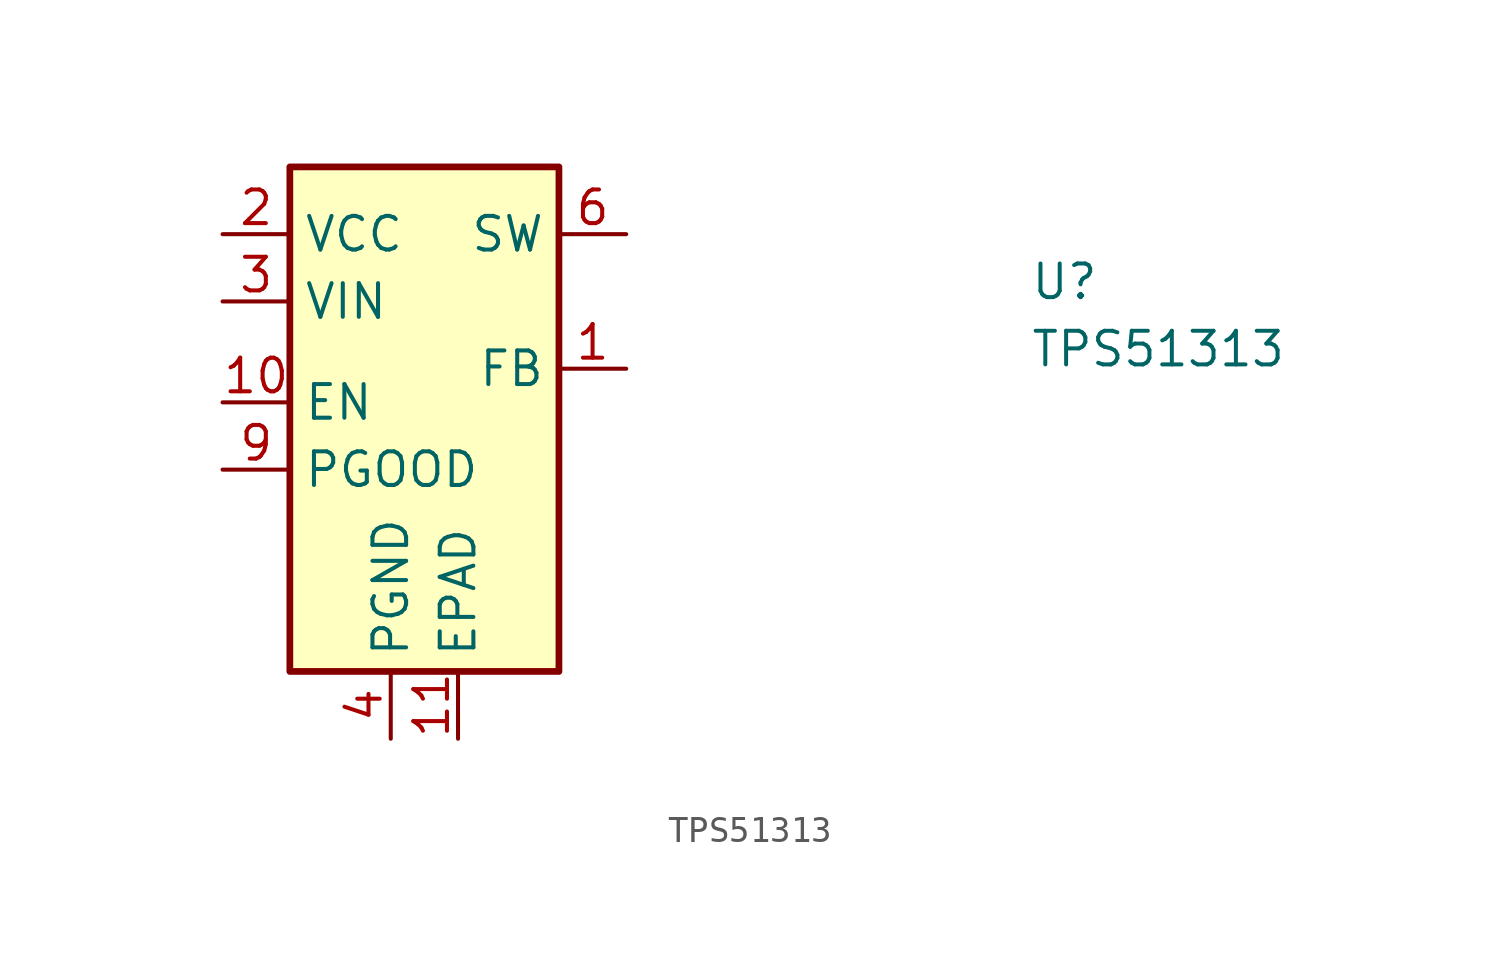
<source format=kicad_sym>
(kicad_symbol_lib
  (version 20211014)
  (generator kicad_symbol_editor)
  (symbol "TPS51313"
    (property "Reference" "U"
      (at 30.48 -2.54 0)
      (effects (font (size 1.27 1.27) (thickness 0.15)) (justify left bottom)))
    (property "Value" "TPS51313"
      (at 30.48 -5.08 0)
      (effects (font (size 1.27 1.27) (thickness 0.15)) (justify left bottom)))
    (symbol "TPS51313_1_1"
      (rectangle (start 2.54 2.54) (end 12.7 -16.51) (stroke (width 0.254) (type default) (color 0 0 0 0)) (fill (type background)))
      (pin input line (at 15.24 -5.08 180) (length 2.54) (name "FB" (effects (font (size 1.27 1.27)))) (number "1" (effects (font (size 1.27 1.27)))))
      (pin input line (at 0 -6.35 0) (length 2.54) (name "EN" (effects (font (size 1.27 1.27)))) (number "10" (effects (font (size 1.27 1.27)))))
      (pin passive line (at 8.89 -19.05 90) (length 2.54) (name "EPAD" (effects (font (size 1.27 1.27)))) (number "11" (effects (font (size 1.27 1.27)))))
      (pin power_in line (at 0 0 0) (length 2.54) (name "VCC" (effects (font (size 1.27 1.27)))) (number "2" (effects (font (size 1.27 1.27)))))
      (pin input line (at 0 -2.54 0) (length 2.54) (name "VIN" (effects (font (size 1.27 1.27)))) (number "3" (effects (font (size 1.27 1.27)))))
      (pin power_in line (at 6.35 -19.05 90) (length 2.54) (name "PGND" (effects (font (size 1.27 1.27)))) (number "4" (effects (font (size 1.27 1.27)))))
      (pin passive line (at 6.35 -19.05 90) (length 2.54) hide (name "PGND" (effects (font (size 1.27 1.27)))) (number "5" (effects (font (size 1.27 1.27)))))
      (pin input line (at 15.24 0 180) (length 2.54) (name "SW" (effects (font (size 1.27 1.27)))) (number "6" (effects (font (size 1.27 1.27)))))
      (pin passive line (at 15.24 0 180) (length 2.54) hide (name "SW" (effects (font (size 1.27 1.27)))) (number "7" (effects (font (size 1.27 1.27)))))
      (pin no_connect line (at 12.7 -2.54 180) (length 2.54) hide (name "NC" (effects (font (size 1.27 1.27)))) (number "8" (effects (font (size 1.27 1.27)))))
      (pin output line (at 0 -8.89 0) (length 2.54) (name "PGOOD" (effects (font (size 1.27 1.27)))) (number "9" (effects (font (size 1.27 1.27))))))))
</source>
